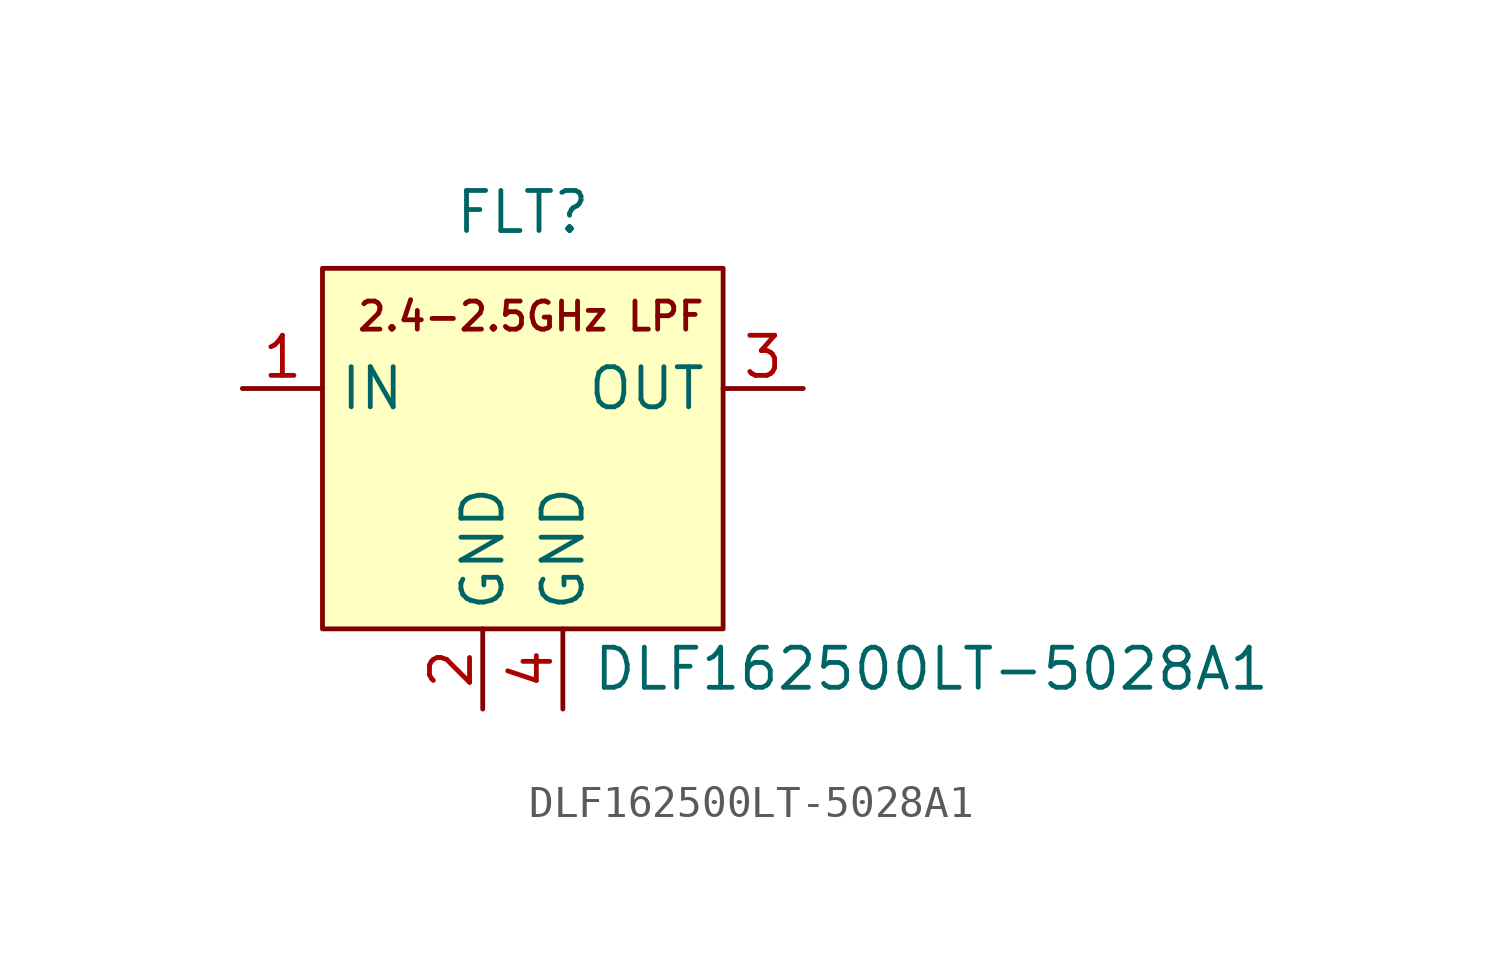
<source format=kicad_sym>
(kicad_symbol_lib
  (version 20231120)
  (generator "kicad_symbol_editor")
  (generator_version "8.0")
  (symbol "DLF162500LT-5028A1"
    (property "Reference" "FLT"
      (at 0 5.588 0)
      (effects (font (size 1.27 1.27))))
    (property "Value" "DLF162500LT-5028A1"
      (at 12.954 -8.89 0)
      (effects (font (size 1.27 1.27))))
    (symbol "DLF162500LT-5028A1_0_0"
      (pin passive line (at -8.89 0 0) (length 2.54) (name "IN" (effects (font (size 1.27 1.27)))) (number "1" (effects (font (size 1.27 1.27)))))
      (pin passive line (at -1.27 -10.16 90) (length 2.54) (name "GND" (effects (font (size 1.27 1.27)))) (number "2" (effects (font (size 1.27 1.27)))))
      (pin passive line (at 8.89 0 180) (length 2.54) (name "OUT" (effects (font (size 1.27 1.27)))) (number "3" (effects (font (size 1.27 1.27)))))
      (pin passive line (at 1.27 -10.16 90) (length 2.54) (name "GND" (effects (font (size 1.27 1.27)))) (number "4" (effects (font (size 1.27 1.27))))))
    (symbol "DLF162500LT-5028A1_1_1"
      (rectangle (start -6.35 3.81) (end 6.35 -7.62) (stroke (width 0) (type default)) (fill (type background)))
      (text "2.4-2.5GHz LPF" (at 0.254 2.286 0) (effects (font (size 0.889 0.889)))))))
</source>
